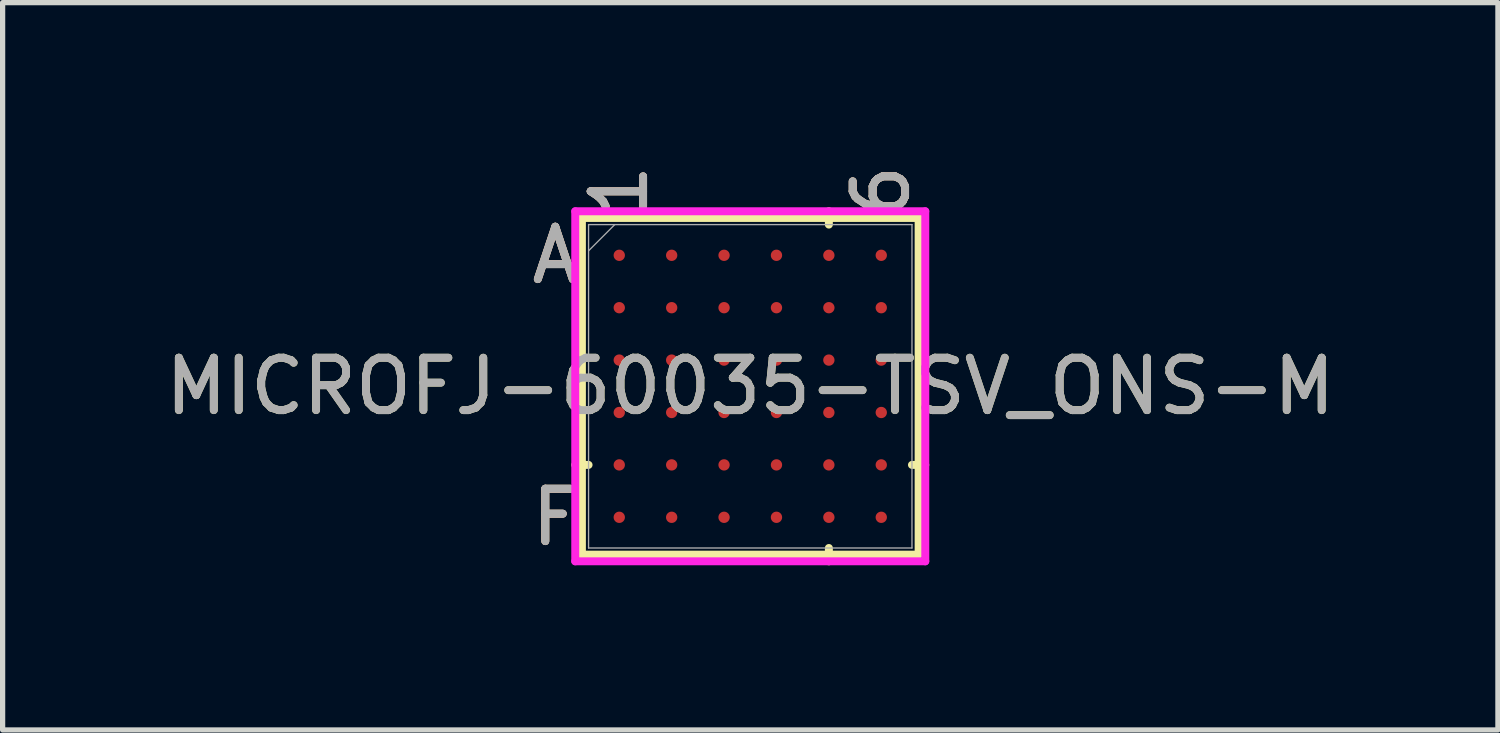
<source format=kicad_pcb>
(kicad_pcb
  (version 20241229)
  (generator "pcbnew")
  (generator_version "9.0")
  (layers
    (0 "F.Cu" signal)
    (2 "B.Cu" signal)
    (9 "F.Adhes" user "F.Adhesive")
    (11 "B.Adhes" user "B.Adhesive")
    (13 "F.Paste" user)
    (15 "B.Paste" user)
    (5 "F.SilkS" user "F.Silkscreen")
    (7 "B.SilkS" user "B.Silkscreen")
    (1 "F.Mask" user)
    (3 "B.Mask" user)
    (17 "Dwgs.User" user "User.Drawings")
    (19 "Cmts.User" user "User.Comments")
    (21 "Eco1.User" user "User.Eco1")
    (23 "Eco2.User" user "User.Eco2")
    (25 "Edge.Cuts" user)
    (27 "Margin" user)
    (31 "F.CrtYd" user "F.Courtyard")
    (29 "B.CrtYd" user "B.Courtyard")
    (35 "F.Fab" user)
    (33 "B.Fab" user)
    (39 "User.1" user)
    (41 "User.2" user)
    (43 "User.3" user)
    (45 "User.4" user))
  (footprint "MICROFJ-60035-TSV_ONS-M"
    (layer "F.Cu")
    (at 11.268 4.322)
    (property "Reference" "MICROFJ-60035-TSV_ONS-M" (at 0 0 0) (unlocked yes) (layer "F.SilkS") (effects (font (size 1 1) (thickness 0.15))))
    (attr smd)
    (fp_line (start -3.213 -3.213) (end -3.213 3.213) (stroke (width 0.152) (type solid)) (layer "F.SilkS"))
    (fp_line (start -3.213 3.213) (end 3.213 3.213) (stroke (width 0.152) (type solid)) (layer "F.SilkS"))
    (fp_line (start -3.086 1.5) (end -3.34 1.5) (stroke (width 0.152) (type solid)) (layer "F.SilkS"))
    (fp_line (start 1.5 -3.086) (end 1.5 -3.34) (stroke (width 0.152) (type solid)) (layer "F.SilkS"))
    (fp_line (start 1.5 3.086) (end 1.5 3.34) (stroke (width 0.152) (type solid)) (layer "F.SilkS"))
    (fp_line (start 3.086 1.5) (end 3.34 1.5) (stroke (width 0.152) (type solid)) (layer "F.SilkS"))
    (fp_line (start 3.213 -3.213) (end -3.213 -3.213) (stroke (width 0.152) (type solid)) (layer "F.SilkS"))
    (fp_line (start 3.213 3.213) (end 3.213 -3.213) (stroke (width 0.152) (type solid)) (layer "F.SilkS"))
    (fp_poly (pts (xy -3.508 -3.508) (xy 3.508 -3.508) (xy 3.508 3.508) (xy -3.508 3.508)) (stroke (width 0.1) (type solid)) (fill no) (layer "Eco2.User"))
    (fp_line (start -3.34 -3.34) (end 3.34 -3.34) (stroke (width 0.152) (type solid)) (layer "F.CrtYd"))
    (fp_line (start -3.34 3.34) (end -3.34 -3.34) (stroke (width 0.152) (type solid)) (layer "F.CrtYd"))
    (fp_line (start 3.34 -3.34) (end 3.34 3.34) (stroke (width 0.152) (type solid)) (layer "F.CrtYd"))
    (fp_line (start 3.34 3.34) (end -3.34 3.34) (stroke (width 0.152) (type solid)) (layer "F.CrtYd"))
    (fp_line (start -3.086 -3.086) (end -3.086 3.086) (stroke (width 0.025) (type solid)) (layer "F.Fab"))
    (fp_line (start -3.086 3.086) (end 3.086 3.086) (stroke (width 0.025) (type solid)) (layer "F.Fab"))
    (fp_line (start -2.586 -3.086) (end -3.086 -2.586) (stroke (width 0.025) (type solid)) (layer "F.Fab"))
    (fp_line (start 3.086 -3.086) (end -3.086 -3.086) (stroke (width 0.025) (type solid)) (layer "F.Fab"))
    (fp_line (start 3.086 3.086) (end 3.086 -3.086) (stroke (width 0.025) (type solid)) (layer "F.Fab"))
    (fp_text user "A" (at -3.721 -2.5 0) (unlocked yes) (layer "F.SilkS") (effects (font (size 1 1) (thickness 0.15))))
    (fp_text user "6" (at 2.5 -3.721 90) (unlocked yes) (layer "F.SilkS") (effects (font (size 1 1) (thickness 0.15))))
    (fp_text user "F" (at -3.721 2.5 0) (unlocked yes) (layer "F.SilkS") (effects (font (size 1 1) (thickness 0.15))))
    (fp_text user "1" (at -2.5 -3.721 90) (unlocked yes) (layer "F.SilkS") (effects (font (size 1 1) (thickness 0.15))))
    (fp_text user "6" (at 2.5 -3.721 90) (unlocked yes) (layer "B.SilkS") (effects (font (size 1 1) (thickness 0.15))))
    (fp_text user "1" (at -2.5 -3.721 90) (unlocked yes) (layer "B.SilkS") (effects (font (size 1 1) (thickness 0.15))))
    (fp_text user "F" (at -3.721 2.5 0) (unlocked yes) (layer "B.SilkS") (effects (font (size 1 1) (thickness 0.15))))
    (fp_text user "A" (at -3.721 -2.5 0) (unlocked yes) (layer "B.SilkS") (effects (font (size 1 1) (thickness 0.15))))
    (fp_text user "${REFERENCE}" (at 0 0 0) (unlocked yes) (layer "F.Fab") (effects (font (size 1 1) (thickness 0.15))))
    (fp_text user "1" (at -2.5 -3.721 90) (unlocked yes) (layer "F.Fab") (effects (font (size 1 1) (thickness 0.15))))
    (fp_text user "F" (at -3.721 2.5 0) (unlocked yes) (layer "F.Fab") (effects (font (size 1 1) (thickness 0.15))))
    (fp_text user "6" (at 2.5 -3.721 90) (unlocked yes) (layer "F.Fab") (effects (font (size 1 1) (thickness 0.15))))
    (fp_text user "A" (at -3.721 -2.5 0) (unlocked yes) (layer "F.Fab") (effects (font (size 1 1) (thickness 0.15))))
    (pad "A1" smd circle (at -2.5 -2.5) (size 0.216 0.216) (layers "F.Cu" "F.Mask" "F.Paste"))
    (pad "A2" smd circle (at -1.5 -2.5) (size 0.216 0.216) (layers "F.Cu" "F.Mask" "F.Paste"))
    (pad "A3" smd circle (at -0.5 -2.5) (size 0.216 0.216) (layers "F.Cu" "F.Mask" "F.Paste"))
    (pad "A4" smd circle (at 0.5 -2.5) (size 0.216 0.216) (layers "F.Cu" "F.Mask" "F.Paste"))
    (pad "A5" smd circle (at 1.5 -2.5) (size 0.216 0.216) (layers "F.Cu" "F.Mask" "F.Paste"))
    (pad "A6" smd circle (at 2.5 -2.5) (size 0.216 0.216) (layers "F.Cu" "F.Mask" "F.Paste"))
    (pad "B1" smd circle (at -2.5 -1.5) (size 0.216 0.216) (layers "F.Cu" "F.Mask" "F.Paste"))
    (pad "B2" smd circle (at -1.5 -1.5) (size 0.216 0.216) (layers "F.Cu" "F.Mask" "F.Paste"))
    (pad "B3" smd circle (at -0.5 -1.5) (size 0.216 0.216) (layers "F.Cu" "F.Mask" "F.Paste"))
    (pad "B4" smd circle (at 0.5 -1.5) (size 0.216 0.216) (layers "F.Cu" "F.Mask" "F.Paste"))
    (pad "B5" smd circle (at 1.5 -1.5) (size 0.216 0.216) (layers "F.Cu" "F.Mask" "F.Paste"))
    (pad "B6" smd circle (at 2.5 -1.5) (size 0.216 0.216) (layers "F.Cu" "F.Mask" "F.Paste"))
    (pad "C1" smd circle (at -2.5 -0.5) (size 0.216 0.216) (layers "F.Cu" "F.Mask" "F.Paste"))
    (pad "C2" smd circle (at -1.5 -0.5) (size 0.216 0.216) (layers "F.Cu" "F.Mask" "F.Paste"))
    (pad "C3" smd circle (at -0.5 -0.5) (size 0.216 0.216) (layers "F.Cu" "F.Mask" "F.Paste"))
    (pad "C4" smd circle (at 0.5 -0.5) (size 0.216 0.216) (layers "F.Cu" "F.Mask" "F.Paste"))
    (pad "C5" smd circle (at 1.5 -0.5) (size 0.216 0.216) (layers "F.Cu" "F.Mask" "F.Paste"))
    (pad "C6" smd circle (at 2.5 -0.5) (size 0.216 0.216) (layers "F.Cu" "F.Mask" "F.Paste"))
    (pad "D1" smd circle (at -2.5 0.5) (size 0.216 0.216) (layers "F.Cu" "F.Mask" "F.Paste"))
    (pad "D2" smd circle (at -1.5 0.5) (size 0.216 0.216) (layers "F.Cu" "F.Mask" "F.Paste"))
    (pad "D3" smd circle (at -0.5 0.5) (size 0.216 0.216) (layers "F.Cu" "F.Mask" "F.Paste"))
    (pad "D4" smd circle (at 0.5 0.5) (size 0.216 0.216) (layers "F.Cu" "F.Mask" "F.Paste"))
    (pad "D5" smd circle (at 1.5 0.5) (size 0.216 0.216) (layers "F.Cu" "F.Mask" "F.Paste"))
    (pad "D6" smd circle (at 2.5 0.5) (size 0.216 0.216) (layers "F.Cu" "F.Mask" "F.Paste"))
    (pad "E1" smd circle (at -2.5 1.5) (size 0.216 0.216) (layers "F.Cu" "F.Mask" "F.Paste"))
    (pad "E2" smd circle (at -1.5 1.5) (size 0.216 0.216) (layers "F.Cu" "F.Mask" "F.Paste"))
    (pad "E3" smd circle (at -0.5 1.5) (size 0.216 0.216) (layers "F.Cu" "F.Mask" "F.Paste"))
    (pad "E4" smd circle (at 0.5 1.5) (size 0.216 0.216) (layers "F.Cu" "F.Mask" "F.Paste"))
    (pad "E5" smd circle (at 1.5 1.5) (size 0.216 0.216) (layers "F.Cu" "F.Mask" "F.Paste"))
    (pad "E6" smd circle (at 2.5 1.5) (size 0.216 0.216) (layers "F.Cu" "F.Mask" "F.Paste"))
    (pad "F1" smd circle (at -2.5 2.5) (size 0.216 0.216) (layers "F.Cu" "F.Mask" "F.Paste"))
    (pad "F2" smd circle (at -1.5 2.5) (size 0.216 0.216) (layers "F.Cu" "F.Mask" "F.Paste"))
    (pad "F3" smd circle (at -0.5 2.5) (size 0.216 0.216) (layers "F.Cu" "F.Mask" "F.Paste"))
    (pad "F4" smd circle (at 0.5 2.5) (size 0.216 0.216) (layers "F.Cu" "F.Mask" "F.Paste"))
    (pad "F5" smd circle (at 1.5 2.5) (size 0.216 0.216) (layers "F.Cu" "F.Mask" "F.Paste"))
    (pad "F6" smd circle (at 2.5 2.5) (size 0.216 0.216) (layers "F.Cu" "F.Mask" "F.Paste")))
  (gr_rect
    (start -3 -3)
    (end 25.536 10.88)
    (stroke (width 0.1) (type default))
    (fill no)
    (layer "Edge.Cuts")))
</source>
